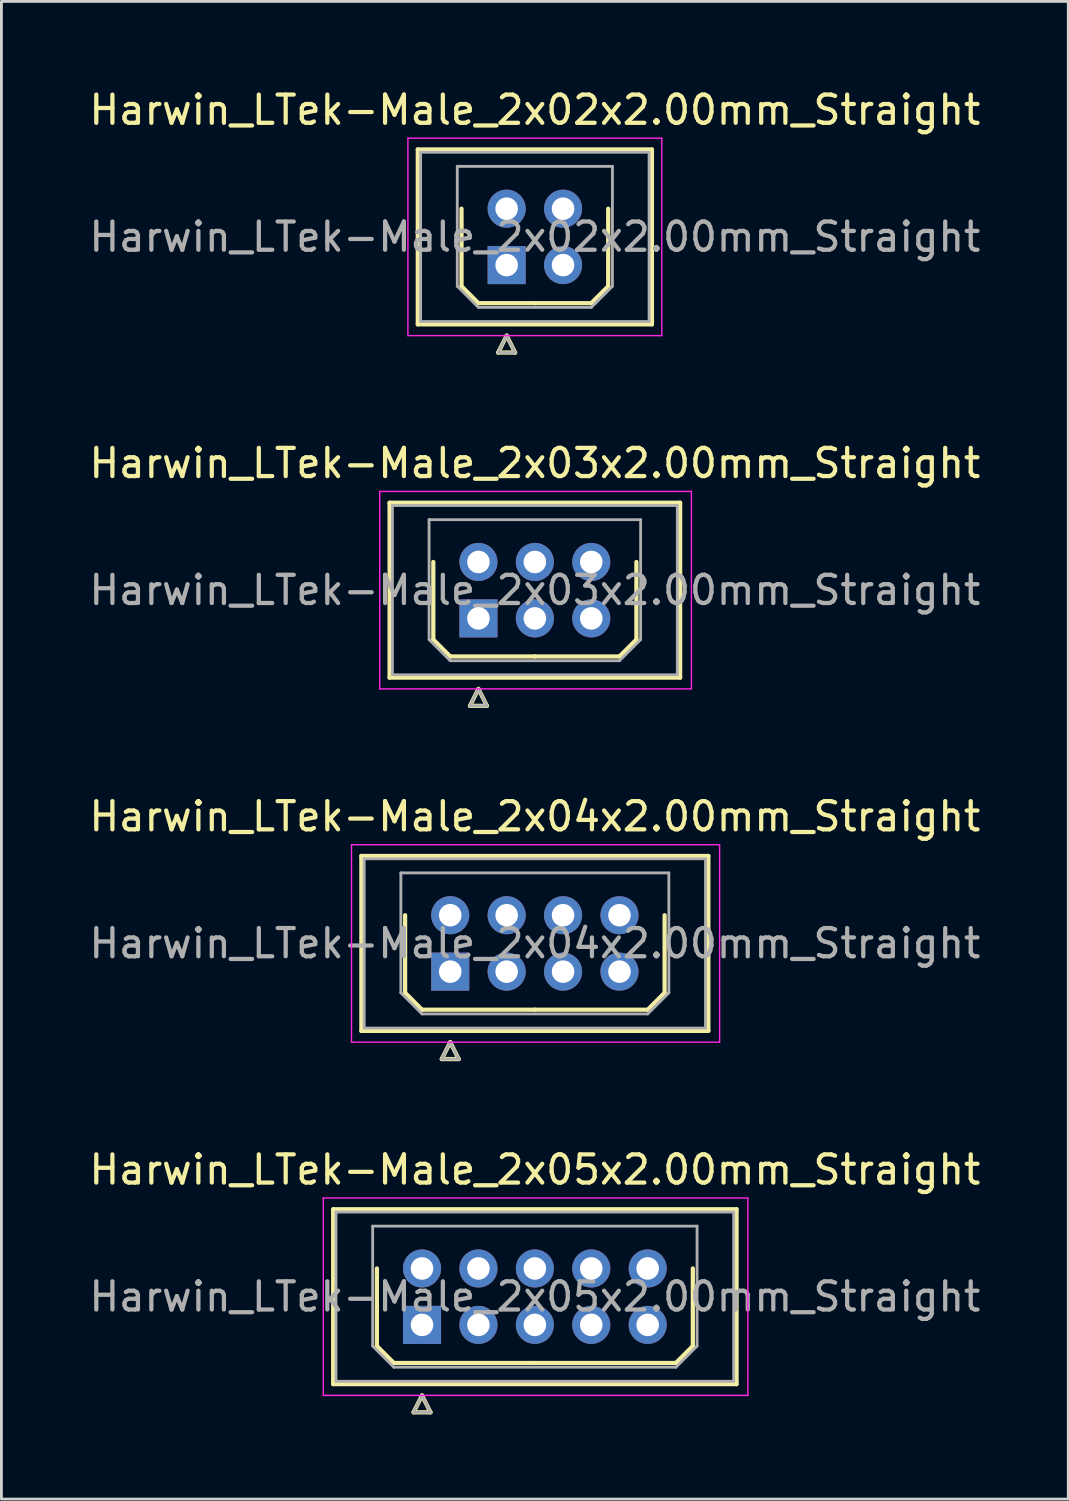
<source format=kicad_pcb>
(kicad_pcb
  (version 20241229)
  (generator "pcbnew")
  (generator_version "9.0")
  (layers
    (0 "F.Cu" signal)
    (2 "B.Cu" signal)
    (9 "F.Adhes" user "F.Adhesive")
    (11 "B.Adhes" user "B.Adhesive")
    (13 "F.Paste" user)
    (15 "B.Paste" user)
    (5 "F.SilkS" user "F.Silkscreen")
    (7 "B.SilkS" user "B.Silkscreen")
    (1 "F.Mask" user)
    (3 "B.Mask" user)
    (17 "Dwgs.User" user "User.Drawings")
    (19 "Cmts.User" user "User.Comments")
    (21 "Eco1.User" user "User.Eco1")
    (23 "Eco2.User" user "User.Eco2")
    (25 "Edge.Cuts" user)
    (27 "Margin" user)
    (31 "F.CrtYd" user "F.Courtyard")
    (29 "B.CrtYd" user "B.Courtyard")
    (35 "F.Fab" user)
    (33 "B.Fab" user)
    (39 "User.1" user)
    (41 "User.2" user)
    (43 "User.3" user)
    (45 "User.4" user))
  (footprint "Harwin_LTek-Male_2x05x2.00mm_Straight"
    (layer "F.Cu")
    (at 11.911 43.918)
    (property "Reference" "Harwin_LTek-Male_2x05x2.00mm_Straight" (at 4 -5.5 0) (layer "F.SilkS") (effects (font (size 1 1) (thickness 0.15))))
    (attr through_hole)
    (fp_line (start -3.15 -4.1) (end -3.15 2.1) (stroke (width 0.15) (type solid)) (layer "F.SilkS"))
    (fp_line (start -3.15 2.1) (end 11.15 2.1) (stroke (width 0.15) (type solid)) (layer "F.SilkS"))
    (fp_line (start -1.6 -2) (end -1.6 0.75) (stroke (width 0.15) (type solid)) (layer "F.SilkS"))
    (fp_line (start -1.6 0.75) (end -1 1.35) (stroke (width 0.15) (type solid)) (layer "F.SilkS"))
    (fp_line (start -1 1.35) (end 4 1.35) (stroke (width 0.15) (type solid)) (layer "F.SilkS"))
    (fp_line (start -0.3 3.1) (end 0.3 3.1) (stroke (width 0.15) (type solid)) (layer "F.SilkS"))
    (fp_line (start 0 2.5) (end -0.3 3.1) (stroke (width 0.15) (type solid)) (layer "F.SilkS"))
    (fp_line (start 0.3 3.1) (end 0 2.5) (stroke (width 0.15) (type solid)) (layer "F.SilkS"))
    (fp_line (start 9 1.35) (end 4 1.35) (stroke (width 0.15) (type solid)) (layer "F.SilkS"))
    (fp_line (start 9.6 -2) (end 9.6 0.75) (stroke (width 0.15) (type solid)) (layer "F.SilkS"))
    (fp_line (start 9.6 0.75) (end 9 1.35) (stroke (width 0.15) (type solid)) (layer "F.SilkS"))
    (fp_line (start 11.15 -4.1) (end -3.15 -4.1) (stroke (width 0.15) (type solid)) (layer "F.SilkS"))
    (fp_line (start 11.15 2.1) (end 11.15 -4.1) (stroke (width 0.15) (type solid)) (layer "F.SilkS"))
    (fp_line (start -3.5 -4.5) (end -3.5 2.5) (stroke (width 0.05) (type solid)) (layer "F.CrtYd"))
    (fp_line (start -3.5 2.5) (end 11.55 2.5) (stroke (width 0.05) (type solid)) (layer "F.CrtYd"))
    (fp_line (start 11.55 -4.5) (end -3.5 -4.5) (stroke (width 0.05) (type solid)) (layer "F.CrtYd"))
    (fp_line (start 11.55 2.5) (end 11.55 -4.5) (stroke (width 0.05) (type solid)) (layer "F.CrtYd"))
    (fp_line (start -3.05 -4) (end -3.05 2) (stroke (width 0.1) (type solid)) (layer "F.Fab"))
    (fp_line (start -3.05 2) (end 11.05 2) (stroke (width 0.1) (type solid)) (layer "F.Fab"))
    (fp_line (start -1.75 -3.5) (end 9.75 -3.5) (stroke (width 0.1) (type solid)) (layer "F.Fab"))
    (fp_line (start -1.75 0.75) (end -1.75 -3.5) (stroke (width 0.1) (type solid)) (layer "F.Fab"))
    (fp_line (start -1 1.5) (end -1.75 0.75) (stroke (width 0.1) (type solid)) (layer "F.Fab"))
    (fp_line (start -0.3 3.1) (end 0.3 3.1) (stroke (width 0.1) (type solid)) (layer "F.Fab"))
    (fp_line (start 0 2.5) (end -0.3 3.1) (stroke (width 0.1) (type solid)) (layer "F.Fab"))
    (fp_line (start 0.3 3.1) (end 0 2.5) (stroke (width 0.1) (type solid)) (layer "F.Fab"))
    (fp_line (start 9 1.5) (end -1 1.5) (stroke (width 0.1) (type solid)) (layer "F.Fab"))
    (fp_line (start 9.75 -3.5) (end 9.75 0.75) (stroke (width 0.1) (type solid)) (layer "F.Fab"))
    (fp_line (start 9.75 0.75) (end 9 1.5) (stroke (width 0.1) (type solid)) (layer "F.Fab"))
    (fp_line (start 11.05 -4) (end -3.05 -4) (stroke (width 0.1) (type solid)) (layer "F.Fab"))
    (fp_line (start 11.05 2) (end 11.05 -4) (stroke (width 0.1) (type solid)) (layer "F.Fab"))
    (fp_text user "${REFERENCE}" (at 4 -1 0) (layer "F.Fab") (effects (font (size 1 1) (thickness 0.15))))
    (pad "1" thru_hole rect (at 0 0) (size 1.35 1.35) (drill 0.8) (layers "*.Cu" "*.Mask"))
    (pad "2" thru_hole circle (at 2 0) (size 1.35 1.35) (drill 0.8) (layers "*.Cu" "*.Mask"))
    (pad "3" thru_hole circle (at 4 0) (size 1.35 1.35) (drill 0.8) (layers "*.Cu" "*.Mask"))
    (pad "4" thru_hole circle (at 6 0) (size 1.35 1.35) (drill 0.8) (layers "*.Cu" "*.Mask"))
    (pad "5" thru_hole circle (at 8 0) (size 1.35 1.35) (drill 0.8) (layers "*.Cu" "*.Mask"))
    (pad "6" thru_hole circle (at 0 -2) (size 1.35 1.35) (drill 0.8) (layers "*.Cu" "*.Mask"))
    (pad "7" thru_hole circle (at 2 -2) (size 1.35 1.35) (drill 0.8) (layers "*.Cu" "*.Mask"))
    (pad "8" thru_hole circle (at 4 -2) (size 1.35 1.35) (drill 0.8) (layers "*.Cu" "*.Mask"))
    (pad "9" thru_hole circle (at 6 -2) (size 1.35 1.35) (drill 0.8) (layers "*.Cu" "*.Mask"))
    (pad "10" thru_hole circle (at 8 -2) (size 1.35 1.35) (drill 0.8) (layers "*.Cu" "*.Mask")))
  (footprint "Harwin_LTek-Male_2x02x2.00mm_Straight"
    (layer "F.Cu")
    (at 14.911 6.348)
    (property "Reference" "Harwin_LTek-Male_2x02x2.00mm_Straight" (at 1 -5.5 0) (layer "F.SilkS") (effects (font (size 1 1) (thickness 0.15))))
    (attr through_hole)
    (fp_line (start -3.15 -4.1) (end -3.15 2.1) (stroke (width 0.15) (type solid)) (layer "F.SilkS"))
    (fp_line (start -3.15 2.1) (end 5.15 2.1) (stroke (width 0.15) (type solid)) (layer "F.SilkS"))
    (fp_line (start -1.6 -2) (end -1.6 0.75) (stroke (width 0.15) (type solid)) (layer "F.SilkS"))
    (fp_line (start -1.6 0.75) (end -1 1.35) (stroke (width 0.15) (type solid)) (layer "F.SilkS"))
    (fp_line (start -1 1.35) (end 1 1.35) (stroke (width 0.15) (type solid)) (layer "F.SilkS"))
    (fp_line (start -0.3 3.1) (end 0.3 3.1) (stroke (width 0.15) (type solid)) (layer "F.SilkS"))
    (fp_line (start 0 2.5) (end -0.3 3.1) (stroke (width 0.15) (type solid)) (layer "F.SilkS"))
    (fp_line (start 0.3 3.1) (end 0 2.5) (stroke (width 0.15) (type solid)) (layer "F.SilkS"))
    (fp_line (start 3 1.35) (end 1 1.35) (stroke (width 0.15) (type solid)) (layer "F.SilkS"))
    (fp_line (start 3.6 -2) (end 3.6 0.75) (stroke (width 0.15) (type solid)) (layer "F.SilkS"))
    (fp_line (start 3.6 0.75) (end 3 1.35) (stroke (width 0.15) (type solid)) (layer "F.SilkS"))
    (fp_line (start 5.15 -4.1) (end -3.15 -4.1) (stroke (width 0.15) (type solid)) (layer "F.SilkS"))
    (fp_line (start 5.15 2.1) (end 5.15 -4.1) (stroke (width 0.15) (type solid)) (layer "F.SilkS"))
    (fp_line (start -3.5 -4.5) (end -3.5 2.5) (stroke (width 0.05) (type solid)) (layer "F.CrtYd"))
    (fp_line (start -3.5 2.5) (end 5.5 2.5) (stroke (width 0.05) (type solid)) (layer "F.CrtYd"))
    (fp_line (start 5.5 -4.5) (end -3.5 -4.5) (stroke (width 0.05) (type solid)) (layer "F.CrtYd"))
    (fp_line (start 5.5 2.5) (end 5.5 -4.5) (stroke (width 0.05) (type solid)) (layer "F.CrtYd"))
    (fp_line (start -3.05 -4) (end -3.05 2) (stroke (width 0.1) (type solid)) (layer "F.Fab"))
    (fp_line (start -3.05 2) (end 5.05 2) (stroke (width 0.1) (type solid)) (layer "F.Fab"))
    (fp_line (start -1.75 -3.5) (end 3.75 -3.5) (stroke (width 0.1) (type solid)) (layer "F.Fab"))
    (fp_line (start -1.75 0.75) (end -1.75 -3.5) (stroke (width 0.1) (type solid)) (layer "F.Fab"))
    (fp_line (start -1 1.5) (end -1.75 0.75) (stroke (width 0.1) (type solid)) (layer "F.Fab"))
    (fp_line (start -0.3 3.1) (end 0.3 3.1) (stroke (width 0.1) (type solid)) (layer "F.Fab"))
    (fp_line (start 0 2.5) (end -0.3 3.1) (stroke (width 0.1) (type solid)) (layer "F.Fab"))
    (fp_line (start 0.3 3.1) (end 0 2.5) (stroke (width 0.1) (type solid)) (layer "F.Fab"))
    (fp_line (start 3 1.5) (end -1 1.5) (stroke (width 0.1) (type solid)) (layer "F.Fab"))
    (fp_line (start 3.75 -3.5) (end 3.75 0.75) (stroke (width 0.1) (type solid)) (layer "F.Fab"))
    (fp_line (start 3.75 0.75) (end 3 1.5) (stroke (width 0.1) (type solid)) (layer "F.Fab"))
    (fp_line (start 5.05 -4) (end -3.05 -4) (stroke (width 0.1) (type solid)) (layer "F.Fab"))
    (fp_line (start 5.05 2) (end 5.05 -4) (stroke (width 0.1) (type solid)) (layer "F.Fab"))
    (fp_text user "${REFERENCE}" (at 1 -1 0) (layer "F.Fab") (effects (font (size 1 1) (thickness 0.15))))
    (pad "1" thru_hole rect (at 0 0) (size 1.35 1.35) (drill 0.8) (layers "*.Cu" "*.Mask"))
    (pad "2" thru_hole circle (at 2 0) (size 1.35 1.35) (drill 0.8) (layers "*.Cu" "*.Mask"))
    (pad "3" thru_hole circle (at 0 -2) (size 1.35 1.35) (drill 0.8) (layers "*.Cu" "*.Mask"))
    (pad "4" thru_hole circle (at 2 -2) (size 1.35 1.35) (drill 0.8) (layers "*.Cu" "*.Mask")))
  (footprint "Harwin_LTek-Male_2x04x2.00mm_Straight"
    (layer "F.Cu")
    (at 12.911 31.395)
    (property "Reference" "Harwin_LTek-Male_2x04x2.00mm_Straight" (at 3 -5.5 0) (layer "F.SilkS") (effects (font (size 1 1) (thickness 0.15))))
    (attr through_hole)
    (fp_line (start -3.15 -4.1) (end -3.15 2.1) (stroke (width 0.15) (type solid)) (layer "F.SilkS"))
    (fp_line (start -3.15 2.1) (end 9.15 2.1) (stroke (width 0.15) (type solid)) (layer "F.SilkS"))
    (fp_line (start -1.6 -2) (end -1.6 0.75) (stroke (width 0.15) (type solid)) (layer "F.SilkS"))
    (fp_line (start -1.6 0.75) (end -1 1.35) (stroke (width 0.15) (type solid)) (layer "F.SilkS"))
    (fp_line (start -1 1.35) (end 3 1.35) (stroke (width 0.15) (type solid)) (layer "F.SilkS"))
    (fp_line (start -0.3 3.1) (end 0.3 3.1) (stroke (width 0.15) (type solid)) (layer "F.SilkS"))
    (fp_line (start 0 2.5) (end -0.3 3.1) (stroke (width 0.15) (type solid)) (layer "F.SilkS"))
    (fp_line (start 0.3 3.1) (end 0 2.5) (stroke (width 0.15) (type solid)) (layer "F.SilkS"))
    (fp_line (start 7 1.35) (end 3 1.35) (stroke (width 0.15) (type solid)) (layer "F.SilkS"))
    (fp_line (start 7.6 -2) (end 7.6 0.75) (stroke (width 0.15) (type solid)) (layer "F.SilkS"))
    (fp_line (start 7.6 0.75) (end 7 1.35) (stroke (width 0.15) (type solid)) (layer "F.SilkS"))
    (fp_line (start 9.15 -4.1) (end -3.15 -4.1) (stroke (width 0.15) (type solid)) (layer "F.SilkS"))
    (fp_line (start 9.15 2.1) (end 9.15 -4.1) (stroke (width 0.15) (type solid)) (layer "F.SilkS"))
    (fp_line (start -3.5 -4.5) (end -3.5 2.5) (stroke (width 0.05) (type solid)) (layer "F.CrtYd"))
    (fp_line (start -3.5 2.5) (end 9.55 2.5) (stroke (width 0.05) (type solid)) (layer "F.CrtYd"))
    (fp_line (start 9.55 -4.5) (end -3.5 -4.5) (stroke (width 0.05) (type solid)) (layer "F.CrtYd"))
    (fp_line (start 9.55 2.5) (end 9.55 -4.5) (stroke (width 0.05) (type solid)) (layer "F.CrtYd"))
    (fp_line (start -3.05 -4) (end -3.05 2) (stroke (width 0.1) (type solid)) (layer "F.Fab"))
    (fp_line (start -3.05 2) (end 9.05 2) (stroke (width 0.1) (type solid)) (layer "F.Fab"))
    (fp_line (start -1.75 -3.5) (end 7.75 -3.5) (stroke (width 0.1) (type solid)) (layer "F.Fab"))
    (fp_line (start -1.75 0.75) (end -1.75 -3.5) (stroke (width 0.1) (type solid)) (layer "F.Fab"))
    (fp_line (start -1 1.5) (end -1.75 0.75) (stroke (width 0.1) (type solid)) (layer "F.Fab"))
    (fp_line (start -0.3 3.1) (end 0.3 3.1) (stroke (width 0.1) (type solid)) (layer "F.Fab"))
    (fp_line (start 0 2.5) (end -0.3 3.1) (stroke (width 0.1) (type solid)) (layer "F.Fab"))
    (fp_line (start 0.3 3.1) (end 0 2.5) (stroke (width 0.1) (type solid)) (layer "F.Fab"))
    (fp_line (start 7 1.5) (end -1 1.5) (stroke (width 0.1) (type solid)) (layer "F.Fab"))
    (fp_line (start 7.75 -3.5) (end 7.75 0.75) (stroke (width 0.1) (type solid)) (layer "F.Fab"))
    (fp_line (start 7.75 0.75) (end 7 1.5) (stroke (width 0.1) (type solid)) (layer "F.Fab"))
    (fp_line (start 9.05 -4) (end -3.05 -4) (stroke (width 0.1) (type solid)) (layer "F.Fab"))
    (fp_line (start 9.05 2) (end 9.05 -4) (stroke (width 0.1) (type solid)) (layer "F.Fab"))
    (fp_text user "${REFERENCE}" (at 3 -1 0) (layer "F.Fab") (effects (font (size 1 1) (thickness 0.15))))
    (pad "1" thru_hole rect (at 0 0) (size 1.35 1.35) (drill 0.8) (layers "*.Cu" "*.Mask"))
    (pad "2" thru_hole circle (at 2 0) (size 1.35 1.35) (drill 0.8) (layers "*.Cu" "*.Mask"))
    (pad "3" thru_hole circle (at 4 0) (size 1.35 1.35) (drill 0.8) (layers "*.Cu" "*.Mask"))
    (pad "4" thru_hole circle (at 6 0) (size 1.35 1.35) (drill 0.8) (layers "*.Cu" "*.Mask"))
    (pad "5" thru_hole circle (at 0 -2) (size 1.35 1.35) (drill 0.8) (layers "*.Cu" "*.Mask"))
    (pad "6" thru_hole circle (at 2 -2) (size 1.35 1.35) (drill 0.8) (layers "*.Cu" "*.Mask"))
    (pad "7" thru_hole circle (at 4 -2) (size 1.35 1.35) (drill 0.8) (layers "*.Cu" "*.Mask"))
    (pad "8" thru_hole circle (at 6 -2) (size 1.35 1.35) (drill 0.8) (layers "*.Cu" "*.Mask")))
  (footprint "Harwin_LTek-Male_2x03x2.00mm_Straight"
    (layer "F.Cu")
    (at 13.911 18.872)
    (property "Reference" "Harwin_LTek-Male_2x03x2.00mm_Straight" (at 2 -5.5 0) (layer "F.SilkS") (effects (font (size 1 1) (thickness 0.15))))
    (attr through_hole)
    (fp_line (start -3.15 -4.1) (end -3.15 2.1) (stroke (width 0.15) (type solid)) (layer "F.SilkS"))
    (fp_line (start -3.15 2.1) (end 7.15 2.1) (stroke (width 0.15) (type solid)) (layer "F.SilkS"))
    (fp_line (start -1.6 -2) (end -1.6 0.75) (stroke (width 0.15) (type solid)) (layer "F.SilkS"))
    (fp_line (start -1.6 0.75) (end -1 1.35) (stroke (width 0.15) (type solid)) (layer "F.SilkS"))
    (fp_line (start -1 1.35) (end 2 1.35) (stroke (width 0.15) (type solid)) (layer "F.SilkS"))
    (fp_line (start -0.3 3.1) (end 0.3 3.1) (stroke (width 0.15) (type solid)) (layer "F.SilkS"))
    (fp_line (start 0 2.5) (end -0.3 3.1) (stroke (width 0.15) (type solid)) (layer "F.SilkS"))
    (fp_line (start 0.3 3.1) (end 0 2.5) (stroke (width 0.15) (type solid)) (layer "F.SilkS"))
    (fp_line (start 5 1.35) (end 2 1.35) (stroke (width 0.15) (type solid)) (layer "F.SilkS"))
    (fp_line (start 5.6 -2) (end 5.6 0.75) (stroke (width 0.15) (type solid)) (layer "F.SilkS"))
    (fp_line (start 5.6 0.75) (end 5 1.35) (stroke (width 0.15) (type solid)) (layer "F.SilkS"))
    (fp_line (start 7.15 -4.1) (end -3.15 -4.1) (stroke (width 0.15) (type solid)) (layer "F.SilkS"))
    (fp_line (start 7.15 2.1) (end 7.15 -4.1) (stroke (width 0.15) (type solid)) (layer "F.SilkS"))
    (fp_line (start -3.5 -4.5) (end -3.5 2.5) (stroke (width 0.05) (type solid)) (layer "F.CrtYd"))
    (fp_line (start -3.5 2.5) (end 7.55 2.5) (stroke (width 0.05) (type solid)) (layer "F.CrtYd"))
    (fp_line (start 7.55 -4.5) (end -3.5 -4.5) (stroke (width 0.05) (type solid)) (layer "F.CrtYd"))
    (fp_line (start 7.55 2.5) (end 7.55 -4.5) (stroke (width 0.05) (type solid)) (layer "F.CrtYd"))
    (fp_line (start -3.05 -4) (end -3.05 2) (stroke (width 0.1) (type solid)) (layer "F.Fab"))
    (fp_line (start -3.05 2) (end 7.05 2) (stroke (width 0.1) (type solid)) (layer "F.Fab"))
    (fp_line (start -1.75 -3.5) (end 5.75 -3.5) (stroke (width 0.1) (type solid)) (layer "F.Fab"))
    (fp_line (start -1.75 0.75) (end -1.75 -3.5) (stroke (width 0.1) (type solid)) (layer "F.Fab"))
    (fp_line (start -1 1.5) (end -1.75 0.75) (stroke (width 0.1) (type solid)) (layer "F.Fab"))
    (fp_line (start -0.3 3.1) (end 0.3 3.1) (stroke (width 0.1) (type solid)) (layer "F.Fab"))
    (fp_line (start 0 2.5) (end -0.3 3.1) (stroke (width 0.1) (type solid)) (layer "F.Fab"))
    (fp_line (start 0.3 3.1) (end 0 2.5) (stroke (width 0.1) (type solid)) (layer "F.Fab"))
    (fp_line (start 5 1.5) (end -1 1.5) (stroke (width 0.1) (type solid)) (layer "F.Fab"))
    (fp_line (start 5.75 -3.5) (end 5.75 0.75) (stroke (width 0.1) (type solid)) (layer "F.Fab"))
    (fp_line (start 5.75 0.75) (end 5 1.5) (stroke (width 0.1) (type solid)) (layer "F.Fab"))
    (fp_line (start 7.05 -4) (end -3.05 -4) (stroke (width 0.1) (type solid)) (layer "F.Fab"))
    (fp_line (start 7.05 2) (end 7.05 -4) (stroke (width 0.1) (type solid)) (layer "F.Fab"))
    (fp_text user "${REFERENCE}" (at 2 -1 0) (layer "F.Fab") (effects (font (size 1 1) (thickness 0.15))))
    (pad "1" thru_hole rect (at 0 0) (size 1.35 1.35) (drill 0.8) (layers "*.Cu" "*.Mask"))
    (pad "2" thru_hole circle (at 2 0) (size 1.35 1.35) (drill 0.8) (layers "*.Cu" "*.Mask"))
    (pad "3" thru_hole circle (at 4 0) (size 1.35 1.35) (drill 0.8) (layers "*.Cu" "*.Mask"))
    (pad "4" thru_hole circle (at 0 -2) (size 1.35 1.35) (drill 0.8) (layers "*.Cu" "*.Mask"))
    (pad "5" thru_hole circle (at 2 -2) (size 1.35 1.35) (drill 0.8) (layers "*.Cu" "*.Mask"))
    (pad "6" thru_hole circle (at 4 -2) (size 1.35 1.35) (drill 0.8) (layers "*.Cu" "*.Mask")))
  (gr_rect
    (start -3 -3)
    (end 34.821 50.093)
    (stroke (width 0.1) (type default))
    (fill no)
    (layer "Edge.Cuts")))
</source>
